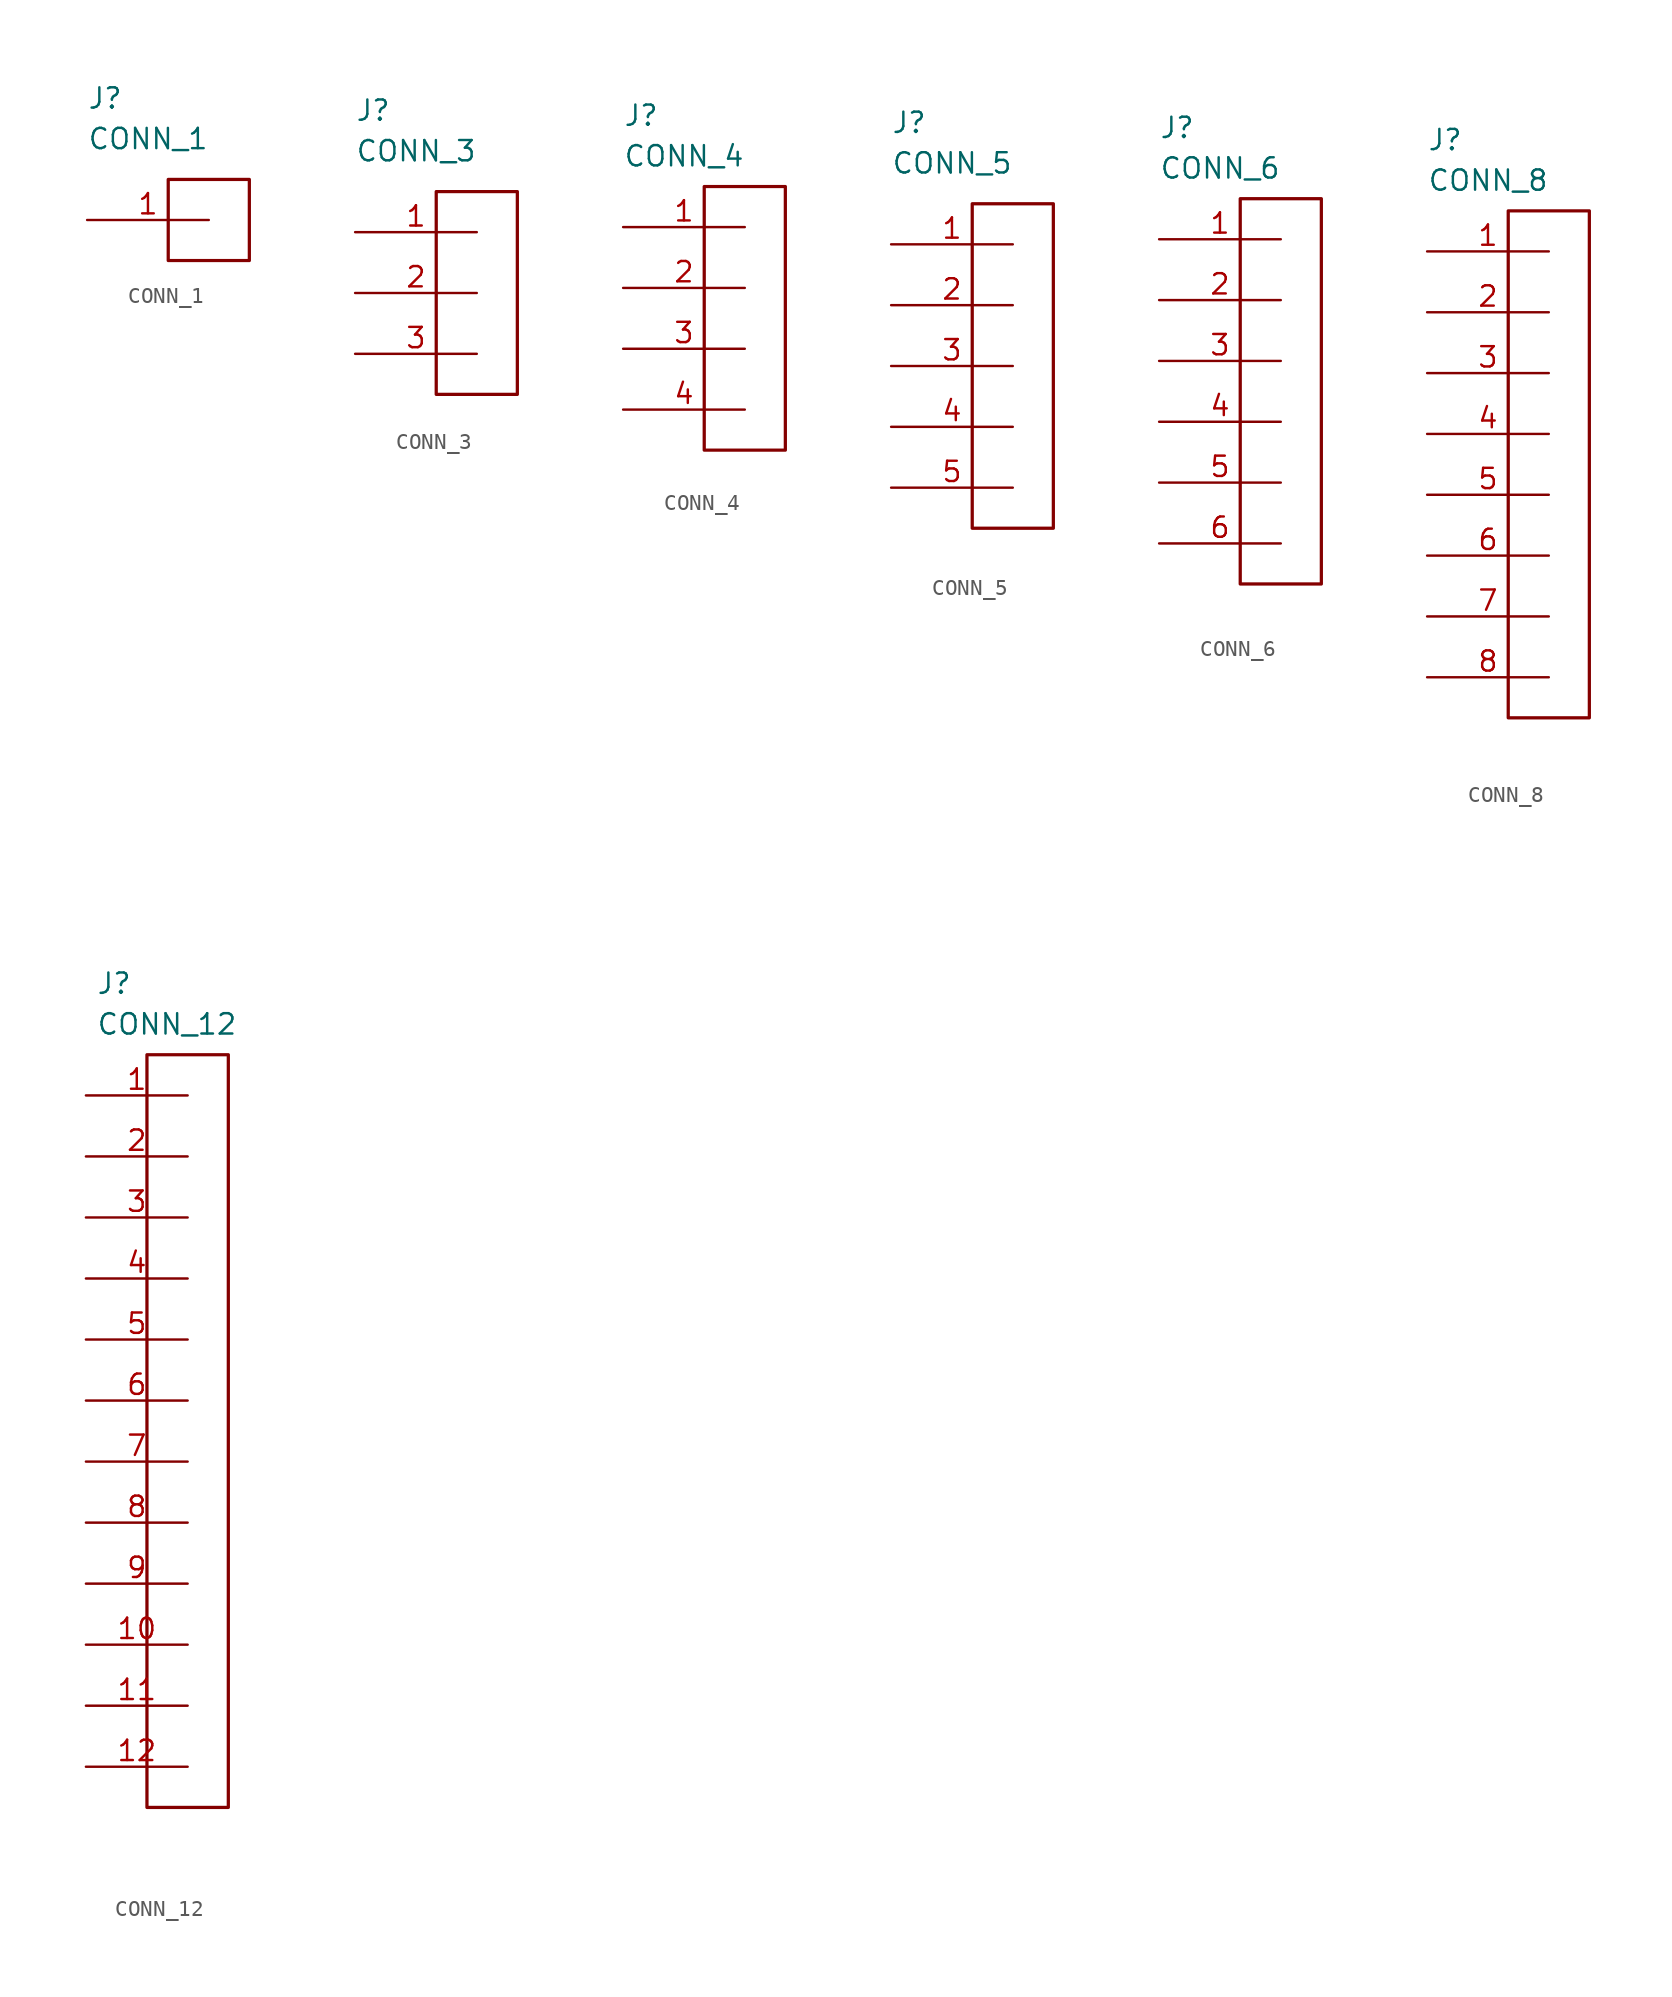
<source format=kicad_sym>
(kicad_symbol_lib
  (version 20211014)
  (generator kicad_symbol_editor)
  (symbol "CONN_1"
    (property "Reference" "J"
      (at -5.08 7.62 0)
      (effects (font (size 1.27 1.27)) (justify left)))
    (property "Value" "CONN_1"
      (at -5.08 5.08 0)
      (effects (font (size 1.27 1.27)) (justify left)))
    (property "ki_locked" ""
      (at 0 0 0)
      (effects (font (size 1.27 1.27))))
    (symbol "CONN_1_0_0"
      (rectangle (start 0 2.54) (end 5.08 -2.54) (stroke (width 0.203) (type default) (color 0 0 0 0)) (fill (type none))))
    (symbol "CONN_1_1_0"
      (pin unspecified line (at -5.08 0 0) (length 7.62) (name "~" (effects (font (size 1.27 1.27)))) (number "1" (effects (font (size 1.27 1.27)))))))
  (symbol "CONN_3"
    (property "Reference" "J"
      (at -5.08 11.43 0)
      (effects (font (size 1.27 1.27)) (justify left)))
    (property "Value" "CONN_3"
      (at -5.08 8.89 0)
      (effects (font (size 1.27 1.27)) (justify left)))
    (property "ki_locked" ""
      (at 0 0 0)
      (effects (font (size 1.27 1.27))))
    (symbol "CONN_3_0_0"
      (rectangle (start 0 6.35) (end 5.08 -6.35) (stroke (width 0.203) (type default) (color 0 0 0 0)) (fill (type none))))
    (symbol "CONN_3_1_0"
      (pin unspecified line (at -5.08 3.81 0) (length 7.62) (name "~" (effects (font (size 1.27 1.27)))) (number "1" (effects (font (size 1.27 1.27)))))
      (pin unspecified line (at -5.08 0 0) (length 7.62) (name "~" (effects (font (size 1.27 1.27)))) (number "2" (effects (font (size 1.27 1.27)))))
      (pin unspecified line (at -5.08 -3.81 0) (length 7.62) (name "~" (effects (font (size 1.27 1.27)))) (number "3" (effects (font (size 1.27 1.27)))))))
  (symbol "CONN_4"
    (property "Reference" "J"
      (at -5.08 13.335 0)
      (effects (font (size 1.27 1.27)) (justify left)))
    (property "Value" "CONN_4"
      (at -5.08 10.795 0)
      (effects (font (size 1.27 1.27)) (justify left)))
    (property "ki_locked" ""
      (at 0 0 0)
      (effects (font (size 1.27 1.27))))
    (symbol "CONN_4_0_0"
      (rectangle (start 0 8.89) (end 5.08 -7.62) (stroke (width 0.203) (type default) (color 0 0 0 0)) (fill (type none))))
    (symbol "CONN_4_1_0"
      (pin unspecified line (at -5.08 6.35 0) (length 7.62) (name "~" (effects (font (size 1.27 1.27)))) (number "1" (effects (font (size 1.27 1.27)))))
      (pin unspecified line (at -5.08 2.54 0) (length 7.62) (name "~" (effects (font (size 1.27 1.27)))) (number "2" (effects (font (size 1.27 1.27)))))
      (pin unspecified line (at -5.08 -1.27 0) (length 7.62) (name "~" (effects (font (size 1.27 1.27)))) (number "3" (effects (font (size 1.27 1.27)))))
      (pin unspecified line (at -5.08 -5.08 0) (length 7.62) (name "~" (effects (font (size 1.27 1.27)))) (number "4" (effects (font (size 1.27 1.27)))))))
  (symbol "CONN_5"
    (property "Reference" "J"
      (at -5.08 15.24 0)
      (effects (font (size 1.27 1.27)) (justify left)))
    (property "Value" "CONN_5"
      (at -5.08 12.7 0)
      (effects (font (size 1.27 1.27)) (justify left)))
    (property "ki_locked" ""
      (at 0 0 0)
      (effects (font (size 1.27 1.27))))
    (symbol "CONN_5_0_0"
      (rectangle (start 0 10.16) (end 5.08 -10.16) (stroke (width 0.203) (type default) (color 0 0 0 0)) (fill (type none))))
    (symbol "CONN_5_1_0"
      (pin unspecified line (at -5.08 7.62 0) (length 7.62) (name "~" (effects (font (size 1.27 1.27)))) (number "1" (effects (font (size 1.27 1.27)))))
      (pin unspecified line (at -5.08 3.81 0) (length 7.62) (name "~" (effects (font (size 1.27 1.27)))) (number "2" (effects (font (size 1.27 1.27)))))
      (pin unspecified line (at -5.08 0 0) (length 7.62) (name "~" (effects (font (size 1.27 1.27)))) (number "3" (effects (font (size 1.27 1.27)))))
      (pin unspecified line (at -5.08 -3.81 0) (length 7.62) (name "~" (effects (font (size 1.27 1.27)))) (number "4" (effects (font (size 1.27 1.27)))))
      (pin unspecified line (at -5.08 -7.62 0) (length 7.62) (name "~" (effects (font (size 1.27 1.27)))) (number "5" (effects (font (size 1.27 1.27)))))))
  (symbol "CONN_6"
    (property "Reference" "J"
      (at -5.08 17.145 0)
      (effects (font (size 1.27 1.27)) (justify left)))
    (property "Value" "CONN_6"
      (at -5.08 14.605 0)
      (effects (font (size 1.27 1.27)) (justify left)))
    (property "ki_locked" ""
      (at 0 0 0)
      (effects (font (size 1.27 1.27))))
    (symbol "CONN_6_0_0"
      (rectangle (start 0 12.7) (end 5.08 -11.43) (stroke (width 0.203) (type default) (color 0 0 0 0)) (fill (type none))))
    (symbol "CONN_6_1_0"
      (pin unspecified line (at -5.08 10.16 0) (length 7.62) (name "~" (effects (font (size 1.27 1.27)))) (number "1" (effects (font (size 1.27 1.27)))))
      (pin unspecified line (at -5.08 6.35 0) (length 7.62) (name "~" (effects (font (size 1.27 1.27)))) (number "2" (effects (font (size 1.27 1.27)))))
      (pin unspecified line (at -5.08 2.54 0) (length 7.62) (name "~" (effects (font (size 1.27 1.27)))) (number "3" (effects (font (size 1.27 1.27)))))
      (pin unspecified line (at -5.08 -1.27 0) (length 7.62) (name "~" (effects (font (size 1.27 1.27)))) (number "4" (effects (font (size 1.27 1.27)))))
      (pin unspecified line (at -5.08 -5.08 0) (length 7.62) (name "~" (effects (font (size 1.27 1.27)))) (number "5" (effects (font (size 1.27 1.27)))))
      (pin unspecified line (at -5.08 -8.89 0) (length 7.62) (name "~" (effects (font (size 1.27 1.27)))) (number "6" (effects (font (size 1.27 1.27)))))))
  (symbol "CONN_8"
    (property "Reference" "J"
      (at -5.08 20.955 0)
      (effects (font (size 1.27 1.27)) (justify left)))
    (property "Value" "CONN_8"
      (at -5.08 18.415 0)
      (effects (font (size 1.27 1.27)) (justify left)))
    (property "ki_locked" ""
      (at 0 0 0)
      (effects (font (size 1.27 1.27))))
    (symbol "CONN_8_0_0"
      (rectangle (start 0 16.51) (end 5.08 -15.24) (stroke (width 0.203) (type default) (color 0 0 0 0)) (fill (type none))))
    (symbol "CONN_8_1_0"
      (pin unspecified line (at -5.08 13.97 0) (length 7.62) (name "~" (effects (font (size 1.27 1.27)))) (number "1" (effects (font (size 1.27 1.27)))))
      (pin unspecified line (at -5.08 10.16 0) (length 7.62) (name "~" (effects (font (size 1.27 1.27)))) (number "2" (effects (font (size 1.27 1.27)))))
      (pin unspecified line (at -5.08 6.35 0) (length 7.62) (name "~" (effects (font (size 1.27 1.27)))) (number "3" (effects (font (size 1.27 1.27)))))
      (pin unspecified line (at -5.08 2.54 0) (length 7.62) (name "~" (effects (font (size 1.27 1.27)))) (number "4" (effects (font (size 1.27 1.27)))))
      (pin unspecified line (at -5.08 -1.27 0) (length 7.62) (name "~" (effects (font (size 1.27 1.27)))) (number "5" (effects (font (size 1.27 1.27)))))
      (pin unspecified line (at -5.08 -5.08 0) (length 7.62) (name "~" (effects (font (size 1.27 1.27)))) (number "6" (effects (font (size 1.27 1.27)))))
      (pin unspecified line (at -5.08 -8.89 0) (length 7.62) (name "~" (effects (font (size 1.27 1.27)))) (number "7" (effects (font (size 1.27 1.27)))))
      (pin unspecified line (at -5.08 -12.7 0) (length 7.62) (name "~" (effects (font (size 1.27 1.27)))) (number "8" (effects (font (size 1.27 1.27)))))))
  (symbol "CONN_12"
    (property "Reference" "J"
      (at -4.445 28.575 0)
      (effects (font (size 1.27 1.27)) (justify left)))
    (property "Value" "CONN_12"
      (at -4.445 26.035 0)
      (effects (font (size 1.27 1.27)) (justify left)))
    (property "ki_locked" ""
      (at 0 0 0)
      (effects (font (size 1.27 1.27))))
    (symbol "CONN_12_0_0"
      (rectangle (start -1.27 24.13) (end 3.81 -22.86) (stroke (width 0.203) (type default) (color 0 0 0 0)) (fill (type none))))
    (symbol "CONN_12_1_0"
      (pin unspecified line (at -5.08 21.59 0) (length 6.35) (name "~" (effects (font (size 1.27 1.27)))) (number "1" (effects (font (size 1.27 1.27)))))
      (pin unspecified line (at -5.08 -12.7 0) (length 6.35) (name "~" (effects (font (size 1.27 1.27)))) (number "10" (effects (font (size 1.27 1.27)))))
      (pin unspecified line (at -5.08 -16.51 0) (length 6.35) (name "~" (effects (font (size 1.27 1.27)))) (number "11" (effects (font (size 1.27 1.27)))))
      (pin unspecified line (at -5.08 -20.32 0) (length 6.35) (name "~" (effects (font (size 1.27 1.27)))) (number "12" (effects (font (size 1.27 1.27)))))
      (pin unspecified line (at -5.08 17.78 0) (length 6.35) (name "~" (effects (font (size 1.27 1.27)))) (number "2" (effects (font (size 1.27 1.27)))))
      (pin unspecified line (at -5.08 13.97 0) (length 6.35) (name "~" (effects (font (size 1.27 1.27)))) (number "3" (effects (font (size 1.27 1.27)))))
      (pin unspecified line (at -5.08 10.16 0) (length 6.35) (name "~" (effects (font (size 1.27 1.27)))) (number "4" (effects (font (size 1.27 1.27)))))
      (pin unspecified line (at -5.08 6.35 0) (length 6.35) (name "~" (effects (font (size 1.27 1.27)))) (number "5" (effects (font (size 1.27 1.27)))))
      (pin unspecified line (at -5.08 2.54 0) (length 6.35) (name "~" (effects (font (size 1.27 1.27)))) (number "6" (effects (font (size 1.27 1.27)))))
      (pin unspecified line (at -5.08 -1.27 0) (length 6.35) (name "~" (effects (font (size 1.27 1.27)))) (number "7" (effects (font (size 1.27 1.27)))))
      (pin unspecified line (at -5.08 -5.08 0) (length 6.35) (name "~" (effects (font (size 1.27 1.27)))) (number "8" (effects (font (size 1.27 1.27)))))
      (pin unspecified line (at -5.08 -8.89 0) (length 6.35) (name "~" (effects (font (size 1.27 1.27)))) (number "9" (effects (font (size 1.27 1.27))))))))
</source>
